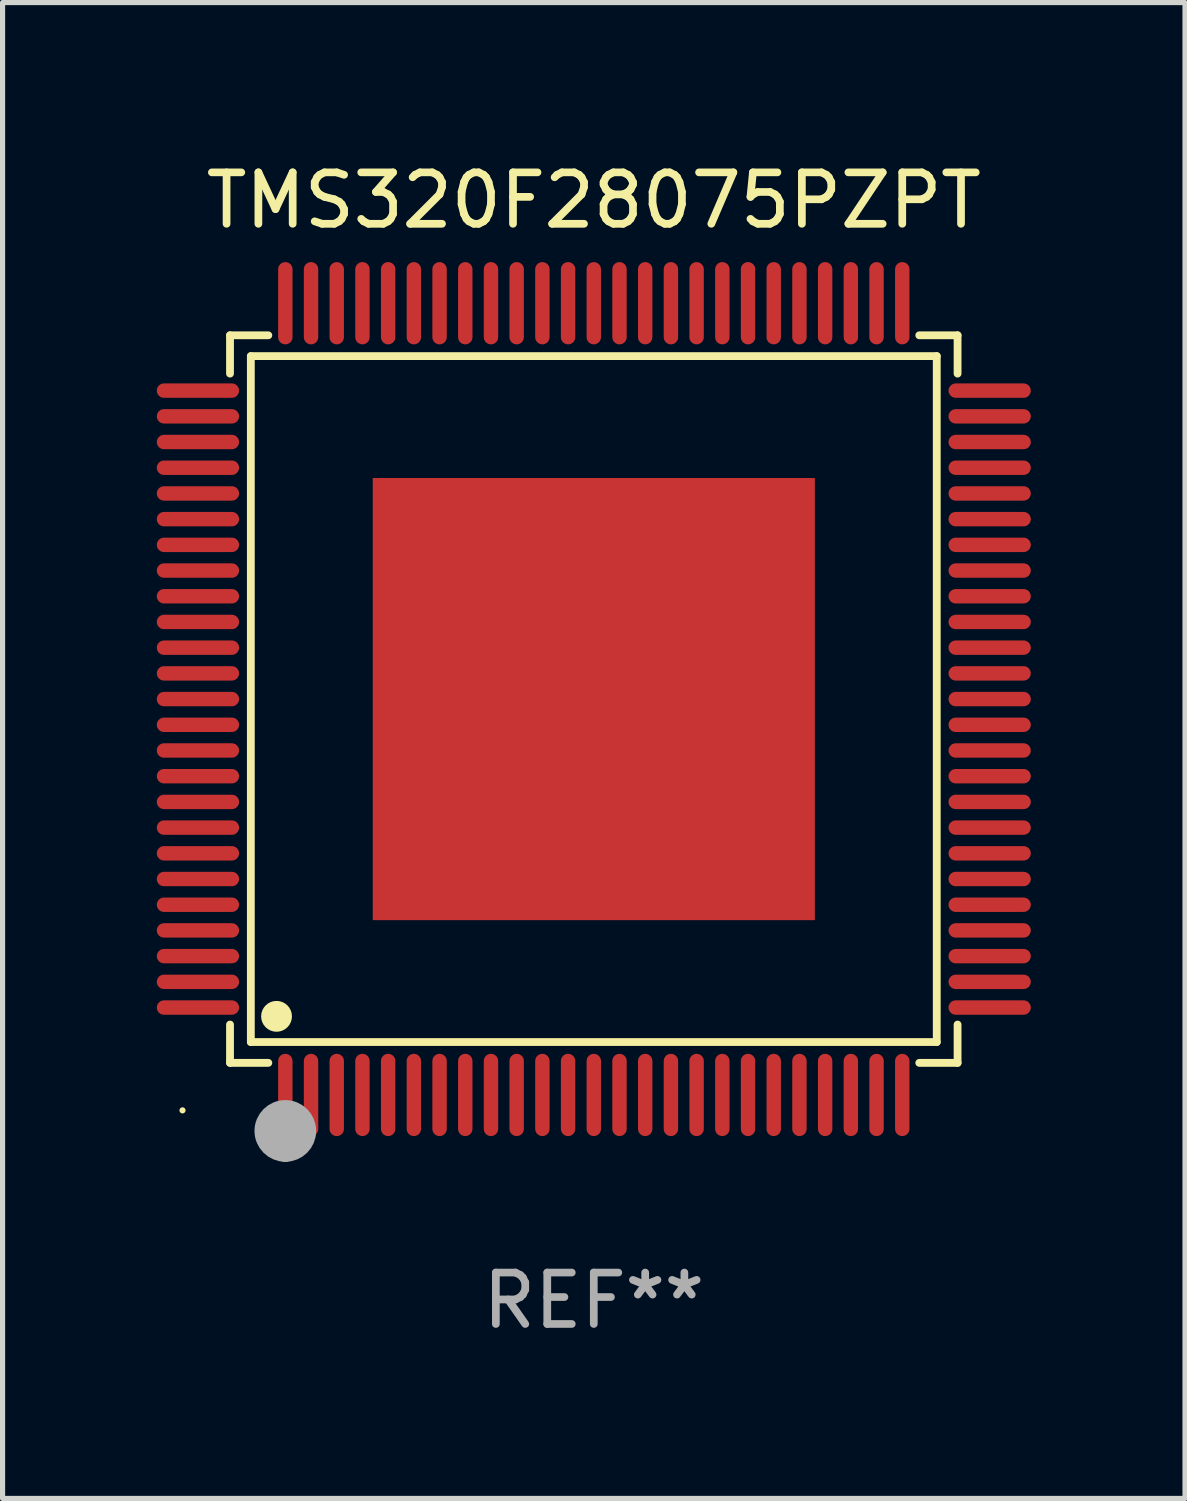
<source format=kicad_pcb>
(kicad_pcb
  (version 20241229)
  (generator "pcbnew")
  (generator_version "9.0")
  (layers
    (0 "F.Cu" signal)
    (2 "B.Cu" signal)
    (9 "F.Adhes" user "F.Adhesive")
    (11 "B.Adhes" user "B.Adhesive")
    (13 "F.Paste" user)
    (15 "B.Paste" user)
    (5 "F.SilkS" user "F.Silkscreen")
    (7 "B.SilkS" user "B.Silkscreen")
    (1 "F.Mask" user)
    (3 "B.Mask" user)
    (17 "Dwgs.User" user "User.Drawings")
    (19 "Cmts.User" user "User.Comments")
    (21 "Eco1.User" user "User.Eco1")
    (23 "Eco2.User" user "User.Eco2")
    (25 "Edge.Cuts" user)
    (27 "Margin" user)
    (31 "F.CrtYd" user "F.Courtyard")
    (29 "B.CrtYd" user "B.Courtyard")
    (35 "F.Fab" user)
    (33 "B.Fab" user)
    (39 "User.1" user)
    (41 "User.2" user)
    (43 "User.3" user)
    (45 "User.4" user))
  (footprint "TMS320F28075PZPT"
    (layer "F.Cu")
    (at 8.5 10.548)
    (property "Reference" "TMS320F28075PZPT" (at 0 -9.7 0) (layer "F.SilkS") (effects (font (size 1 1) (thickness 0.15))))
    (attr through_hole)
    (fp_line (start -7.076 -7.076) (end -6.331 -7.076) (stroke (width 0.152) (type solid)) (layer "F.SilkS"))
    (fp_line (start -7.076 -6.331) (end -7.076 -7.076) (stroke (width 0.152) (type solid)) (layer "F.SilkS"))
    (fp_line (start -7.076 6.331) (end -7.076 7.076) (stroke (width 0.152) (type solid)) (layer "F.SilkS"))
    (fp_line (start -7.076 7.076) (end -6.331 7.076) (stroke (width 0.152) (type solid)) (layer "F.SilkS"))
    (fp_line (start -6.671 -6.671) (end 6.671 -6.671) (stroke (width 0.152) (type solid)) (layer "F.SilkS"))
    (fp_line (start -6.671 6.671) (end -6.671 -6.671) (stroke (width 0.152) (type solid)) (layer "F.SilkS"))
    (fp_line (start 6.671 -6.671) (end 6.671 6.671) (stroke (width 0.152) (type solid)) (layer "F.SilkS"))
    (fp_line (start 6.671 6.671) (end -6.671 6.671) (stroke (width 0.152) (type solid)) (layer "F.SilkS"))
    (fp_line (start 7.076 -7.076) (end 6.331 -7.076) (stroke (width 0.152) (type solid)) (layer "F.SilkS"))
    (fp_line (start 7.076 -6.331) (end 7.076 -7.076) (stroke (width 0.152) (type solid)) (layer "F.SilkS"))
    (fp_line (start 7.076 6.331) (end 7.076 7.076) (stroke (width 0.152) (type solid)) (layer "F.SilkS"))
    (fp_line (start 7.076 7.076) (end 6.331 7.076) (stroke (width 0.152) (type solid)) (layer "F.SilkS"))
    (fp_circle (center -8 8) (end -7.97 8) (stroke (width 0.06) (type solid)) (fill no) (layer "F.SilkS"))
    (fp_circle (center -6.171 6.171) (end -6.021 6.171) (stroke (width 0.3) (type solid)) (fill no) (layer "F.SilkS"))
    (fp_circle (center -6 8.8) (end -5.9 8.8) (stroke (width 0.2) (type solid)) (fill no) (layer "F.SilkS"))
    (fp_circle (center -6 8.4) (end -5.7 8.4) (stroke (width 0.6) (type solid)) (fill no) (layer "F.Fab"))
    (fp_text user "REF**" (at 0 11.7 0) (layer "F.Fab") (effects (font (size 1 1) (thickness 0.15))))
    (pad "1" smd oval (at -6 7.7) (size 0.28 1.6) (layers "F.Cu" "F.Mask" "F.Paste"))
    (pad "2" smd oval (at -5.5 7.7) (size 0.28 1.6) (layers "F.Cu" "F.Mask" "F.Paste"))
    (pad "3" smd oval (at -5 7.7) (size 0.28 1.6) (layers "F.Cu" "F.Mask" "F.Paste"))
    (pad "4" smd oval (at -4.5 7.7) (size 0.28 1.6) (layers "F.Cu" "F.Mask" "F.Paste"))
    (pad "5" smd oval (at -4 7.7) (size 0.28 1.6) (layers "F.Cu" "F.Mask" "F.Paste"))
    (pad "6" smd oval (at -3.5 7.7) (size 0.28 1.6) (layers "F.Cu" "F.Mask" "F.Paste"))
    (pad "7" smd oval (at -3 7.7) (size 0.28 1.6) (layers "F.Cu" "F.Mask" "F.Paste"))
    (pad "8" smd oval (at -2.5 7.7) (size 0.28 1.6) (layers "F.Cu" "F.Mask" "F.Paste"))
    (pad "9" smd oval (at -2 7.7) (size 0.28 1.6) (layers "F.Cu" "F.Mask" "F.Paste"))
    (pad "10" smd oval (at -1.5 7.7) (size 0.28 1.6) (layers "F.Cu" "F.Mask" "F.Paste"))
    (pad "11" smd oval (at -1 7.7) (size 0.28 1.6) (layers "F.Cu" "F.Mask" "F.Paste"))
    (pad "12" smd oval (at -0.5 7.7) (size 0.28 1.6) (layers "F.Cu" "F.Mask" "F.Paste"))
    (pad "13" smd oval (at 0 7.7) (size 0.28 1.6) (layers "F.Cu" "F.Mask" "F.Paste"))
    (pad "14" smd oval (at 0.5 7.7) (size 0.28 1.6) (layers "F.Cu" "F.Mask" "F.Paste"))
    (pad "15" smd oval (at 1 7.7) (size 0.28 1.6) (layers "F.Cu" "F.Mask" "F.Paste"))
    (pad "16" smd oval (at 1.5 7.7) (size 0.28 1.6) (layers "F.Cu" "F.Mask" "F.Paste"))
    (pad "17" smd oval (at 2 7.7) (size 0.28 1.6) (layers "F.Cu" "F.Mask" "F.Paste"))
    (pad "18" smd oval (at 2.5 7.7) (size 0.28 1.6) (layers "F.Cu" "F.Mask" "F.Paste"))
    (pad "19" smd oval (at 3 7.7) (size 0.28 1.6) (layers "F.Cu" "F.Mask" "F.Paste"))
    (pad "20" smd oval (at 3.5 7.7) (size 0.28 1.6) (layers "F.Cu" "F.Mask" "F.Paste"))
    (pad "21" smd oval (at 4 7.7) (size 0.28 1.6) (layers "F.Cu" "F.Mask" "F.Paste"))
    (pad "22" smd oval (at 4.5 7.7) (size 0.28 1.6) (layers "F.Cu" "F.Mask" "F.Paste"))
    (pad "23" smd oval (at 5 7.7) (size 0.28 1.6) (layers "F.Cu" "F.Mask" "F.Paste"))
    (pad "24" smd oval (at 5.5 7.7) (size 0.28 1.6) (layers "F.Cu" "F.Mask" "F.Paste"))
    (pad "25" smd oval (at 6 7.7) (size 0.28 1.6) (layers "F.Cu" "F.Mask" "F.Paste"))
    (pad "26" smd oval (at 7.7 6) (size 1.6 0.28) (layers "F.Cu" "F.Mask" "F.Paste"))
    (pad "27" smd oval (at 7.7 5.5) (size 1.6 0.28) (layers "F.Cu" "F.Mask" "F.Paste"))
    (pad "28" smd oval (at 7.7 5) (size 1.6 0.28) (layers "F.Cu" "F.Mask" "F.Paste"))
    (pad "29" smd oval (at 7.7 4.5) (size 1.6 0.28) (layers "F.Cu" "F.Mask" "F.Paste"))
    (pad "30" smd oval (at 7.7 4) (size 1.6 0.28) (layers "F.Cu" "F.Mask" "F.Paste"))
    (pad "31" smd oval (at 7.7 3.5) (size 1.6 0.28) (layers "F.Cu" "F.Mask" "F.Paste"))
    (pad "32" smd oval (at 7.7 3) (size 1.6 0.28) (layers "F.Cu" "F.Mask" "F.Paste"))
    (pad "33" smd oval (at 7.7 2.5) (size 1.6 0.28) (layers "F.Cu" "F.Mask" "F.Paste"))
    (pad "34" smd oval (at 7.7 2) (size 1.6 0.28) (layers "F.Cu" "F.Mask" "F.Paste"))
    (pad "35" smd oval (at 7.7 1.5) (size 1.6 0.28) (layers "F.Cu" "F.Mask" "F.Paste"))
    (pad "36" smd oval (at 7.7 1) (size 1.6 0.28) (layers "F.Cu" "F.Mask" "F.Paste"))
    (pad "37" smd oval (at 7.7 0.5) (size 1.6 0.28) (layers "F.Cu" "F.Mask" "F.Paste"))
    (pad "38" smd oval (at 7.7 0) (size 1.6 0.28) (layers "F.Cu" "F.Mask" "F.Paste"))
    (pad "39" smd oval (at 7.7 -0.5) (size 1.6 0.28) (layers "F.Cu" "F.Mask" "F.Paste"))
    (pad "40" smd oval (at 7.7 -1) (size 1.6 0.28) (layers "F.Cu" "F.Mask" "F.Paste"))
    (pad "41" smd oval (at 7.7 -1.5) (size 1.6 0.28) (layers "F.Cu" "F.Mask" "F.Paste"))
    (pad "42" smd oval (at 7.7 -2) (size 1.6 0.28) (layers "F.Cu" "F.Mask" "F.Paste"))
    (pad "43" smd oval (at 7.7 -2.5) (size 1.6 0.28) (layers "F.Cu" "F.Mask" "F.Paste"))
    (pad "44" smd oval (at 7.7 -3) (size 1.6 0.28) (layers "F.Cu" "F.Mask" "F.Paste"))
    (pad "45" smd oval (at 7.7 -3.5) (size 1.6 0.28) (layers "F.Cu" "F.Mask" "F.Paste"))
    (pad "46" smd oval (at 7.7 -4) (size 1.6 0.28) (layers "F.Cu" "F.Mask" "F.Paste"))
    (pad "47" smd oval (at 7.7 -4.5) (size 1.6 0.28) (layers "F.Cu" "F.Mask" "F.Paste"))
    (pad "48" smd oval (at 7.7 -5) (size 1.6 0.28) (layers "F.Cu" "F.Mask" "F.Paste"))
    (pad "49" smd oval (at 7.7 -5.5) (size 1.6 0.28) (layers "F.Cu" "F.Mask" "F.Paste"))
    (pad "50" smd oval (at 7.7 -6) (size 1.6 0.28) (layers "F.Cu" "F.Mask" "F.Paste"))
    (pad "51" smd oval (at 6 -7.7) (size 0.28 1.6) (layers "F.Cu" "F.Mask" "F.Paste"))
    (pad "52" smd oval (at 5.5 -7.7) (size 0.28 1.6) (layers "F.Cu" "F.Mask" "F.Paste"))
    (pad "53" smd oval (at 5 -7.7) (size 0.28 1.6) (layers "F.Cu" "F.Mask" "F.Paste"))
    (pad "54" smd oval (at 4.5 -7.7) (size 0.28 1.6) (layers "F.Cu" "F.Mask" "F.Paste"))
    (pad "55" smd oval (at 4 -7.7) (size 0.28 1.6) (layers "F.Cu" "F.Mask" "F.Paste"))
    (pad "56" smd oval (at 3.5 -7.7) (size 0.28 1.6) (layers "F.Cu" "F.Mask" "F.Paste"))
    (pad "57" smd oval (at 3 -7.7) (size 0.28 1.6) (layers "F.Cu" "F.Mask" "F.Paste"))
    (pad "58" smd oval (at 2.5 -7.7) (size 0.28 1.6) (layers "F.Cu" "F.Mask" "F.Paste"))
    (pad "59" smd oval (at 2 -7.7) (size 0.28 1.6) (layers "F.Cu" "F.Mask" "F.Paste"))
    (pad "60" smd oval (at 1.5 -7.7) (size 0.28 1.6) (layers "F.Cu" "F.Mask" "F.Paste"))
    (pad "61" smd oval (at 1 -7.7) (size 0.28 1.6) (layers "F.Cu" "F.Mask" "F.Paste"))
    (pad "62" smd oval (at 0.5 -7.7) (size 0.28 1.6) (layers "F.Cu" "F.Mask" "F.Paste"))
    (pad "63" smd oval (at 0 -7.7) (size 0.28 1.6) (layers "F.Cu" "F.Mask" "F.Paste"))
    (pad "64" smd oval (at -0.5 -7.7) (size 0.28 1.6) (layers "F.Cu" "F.Mask" "F.Paste"))
    (pad "65" smd oval (at -1 -7.7) (size 0.28 1.6) (layers "F.Cu" "F.Mask" "F.Paste"))
    (pad "66" smd oval (at -1.5 -7.7) (size 0.28 1.6) (layers "F.Cu" "F.Mask" "F.Paste"))
    (pad "67" smd oval (at -2 -7.7) (size 0.28 1.6) (layers "F.Cu" "F.Mask" "F.Paste"))
    (pad "68" smd oval (at -2.5 -7.7) (size 0.28 1.6) (layers "F.Cu" "F.Mask" "F.Paste"))
    (pad "69" smd oval (at -3 -7.7) (size 0.28 1.6) (layers "F.Cu" "F.Mask" "F.Paste"))
    (pad "70" smd oval (at -3.5 -7.7) (size 0.28 1.6) (layers "F.Cu" "F.Mask" "F.Paste"))
    (pad "71" smd oval (at -4 -7.7) (size 0.28 1.6) (layers "F.Cu" "F.Mask" "F.Paste"))
    (pad "72" smd oval (at -4.5 -7.7) (size 0.28 1.6) (layers "F.Cu" "F.Mask" "F.Paste"))
    (pad "73" smd oval (at -5 -7.7) (size 0.28 1.6) (layers "F.Cu" "F.Mask" "F.Paste"))
    (pad "74" smd oval (at -5.5 -7.7) (size 0.28 1.6) (layers "F.Cu" "F.Mask" "F.Paste"))
    (pad "75" smd oval (at -6 -7.7) (size 0.28 1.6) (layers "F.Cu" "F.Mask" "F.Paste"))
    (pad "76" smd oval (at -7.7 -6) (size 1.6 0.28) (layers "F.Cu" "F.Mask" "F.Paste"))
    (pad "77" smd oval (at -7.7 -5.5) (size 1.6 0.28) (layers "F.Cu" "F.Mask" "F.Paste"))
    (pad "78" smd oval (at -7.7 -5) (size 1.6 0.28) (layers "F.Cu" "F.Mask" "F.Paste"))
    (pad "79" smd oval (at -7.7 -4.5) (size 1.6 0.28) (layers "F.Cu" "F.Mask" "F.Paste"))
    (pad "80" smd oval (at -7.7 -4) (size 1.6 0.28) (layers "F.Cu" "F.Mask" "F.Paste"))
    (pad "81" smd oval (at -7.7 -3.5) (size 1.6 0.28) (layers "F.Cu" "F.Mask" "F.Paste"))
    (pad "82" smd oval (at -7.7 -3) (size 1.6 0.28) (layers "F.Cu" "F.Mask" "F.Paste"))
    (pad "83" smd oval (at -7.7 -2.5) (size 1.6 0.28) (layers "F.Cu" "F.Mask" "F.Paste"))
    (pad "84" smd oval (at -7.7 -2) (size 1.6 0.28) (layers "F.Cu" "F.Mask" "F.Paste"))
    (pad "85" smd oval (at -7.7 -1.5) (size 1.6 0.28) (layers "F.Cu" "F.Mask" "F.Paste"))
    (pad "86" smd oval (at -7.7 -1) (size 1.6 0.28) (layers "F.Cu" "F.Mask" "F.Paste"))
    (pad "87" smd oval (at -7.7 -0.5) (size 1.6 0.28) (layers "F.Cu" "F.Mask" "F.Paste"))
    (pad "88" smd oval (at -7.7 0) (size 1.6 0.28) (layers "F.Cu" "F.Mask" "F.Paste"))
    (pad "89" smd oval (at -7.7 0.5) (size 1.6 0.28) (layers "F.Cu" "F.Mask" "F.Paste"))
    (pad "90" smd oval (at -7.7 1) (size 1.6 0.28) (layers "F.Cu" "F.Mask" "F.Paste"))
    (pad "91" smd oval (at -7.7 1.5) (size 1.6 0.28) (layers "F.Cu" "F.Mask" "F.Paste"))
    (pad "92" smd oval (at -7.7 2) (size 1.6 0.28) (layers "F.Cu" "F.Mask" "F.Paste"))
    (pad "93" smd oval (at -7.7 2.5) (size 1.6 0.28) (layers "F.Cu" "F.Mask" "F.Paste"))
    (pad "94" smd oval (at -7.7 3) (size 1.6 0.28) (layers "F.Cu" "F.Mask" "F.Paste"))
    (pad "95" smd oval (at -7.7 3.5) (size 1.6 0.28) (layers "F.Cu" "F.Mask" "F.Paste"))
    (pad "96" smd oval (at -7.7 4) (size 1.6 0.28) (layers "F.Cu" "F.Mask" "F.Paste"))
    (pad "97" smd oval (at -7.7 4.5) (size 1.6 0.28) (layers "F.Cu" "F.Mask" "F.Paste"))
    (pad "98" smd oval (at -7.7 5) (size 1.6 0.28) (layers "F.Cu" "F.Mask" "F.Paste"))
    (pad "99" smd oval (at -7.7 5.5) (size 1.6 0.28) (layers "F.Cu" "F.Mask" "F.Paste"))
    (pad "100" smd oval (at -7.7 6) (size 1.6 0.28) (layers "F.Cu" "F.Mask" "F.Paste"))
    (pad "101" smd rect (at 0 0) (size 8.6 8.6) (layers "F.Cu" "F.Mask" "F.Paste")))
  (gr_rect
    (start -3 -3)
    (end 20 26.097)
    (stroke (width 0.1) (type default))
    (fill no)
    (layer "Edge.Cuts")))
</source>
